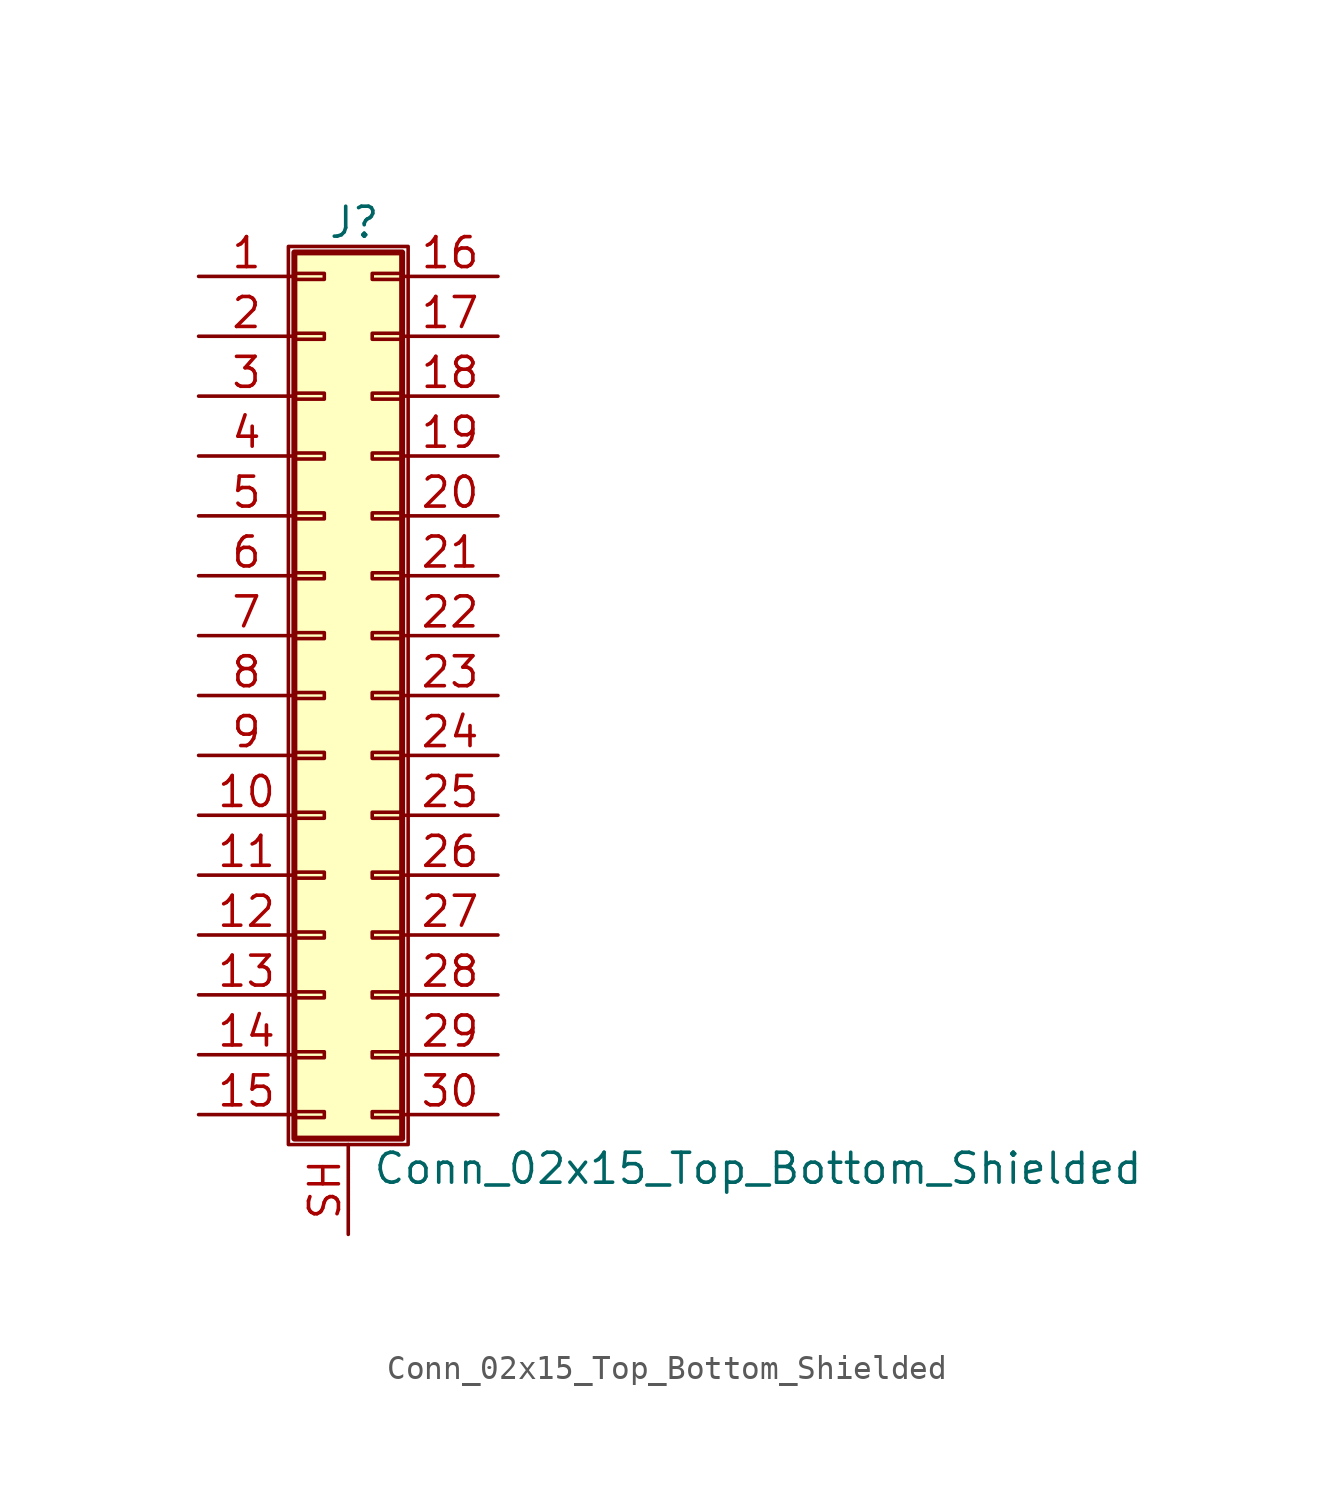
<source format=kicad_sym>
(kicad_symbol_lib
  (version 20211014)
  (generator kicad_symbol_editor)
  (symbol "Conn_02x15_Top_Bottom_Shielded"
    (pin_names
      (offset 1.016) hide)
    (property "Reference" "J"
      (at 1.524 20.066 0)
      (effects (font (size 1.27 1.27))))
    (property "Value" "Conn_02x15_Top_Bottom_Shielded"
      (at 2.286 -20.066 0)
      (effects (font (size 1.27 1.27)) (justify left)))
    (symbol "Conn_02x15_Top_Bottom_Shielded_1_1"
      (rectangle (start -1.27 19.05) (end 3.81 -19.05) (stroke (width 0.152) (type default) (color 0 0 0 0)) (fill (type none)))
      (rectangle (start -1.016 -17.653) (end 0.254 -17.907) (stroke (width 0.152) (type default) (color 0 0 0 0)) (fill (type none)))
      (rectangle (start -1.016 -15.113) (end 0.254 -15.367) (stroke (width 0.152) (type default) (color 0 0 0 0)) (fill (type none)))
      (rectangle (start -1.016 -12.573) (end 0.254 -12.827) (stroke (width 0.152) (type default) (color 0 0 0 0)) (fill (type none)))
      (rectangle (start -1.016 -10.033) (end 0.254 -10.287) (stroke (width 0.152) (type default) (color 0 0 0 0)) (fill (type none)))
      (rectangle (start -1.016 -7.493) (end 0.254 -7.747) (stroke (width 0.152) (type default) (color 0 0 0 0)) (fill (type none)))
      (rectangle (start -1.016 -4.953) (end 0.254 -5.207) (stroke (width 0.152) (type default) (color 0 0 0 0)) (fill (type none)))
      (rectangle (start -1.016 -2.413) (end 0.254 -2.667) (stroke (width 0.152) (type default) (color 0 0 0 0)) (fill (type none)))
      (rectangle (start -1.016 0.127) (end 0.254 -0.127) (stroke (width 0.152) (type default) (color 0 0 0 0)) (fill (type none)))
      (rectangle (start -1.016 2.667) (end 0.254 2.413) (stroke (width 0.152) (type default) (color 0 0 0 0)) (fill (type none)))
      (rectangle (start -1.016 5.207) (end 0.254 4.953) (stroke (width 0.152) (type default) (color 0 0 0 0)) (fill (type none)))
      (rectangle (start -1.016 7.747) (end 0.254 7.493) (stroke (width 0.152) (type default) (color 0 0 0 0)) (fill (type none)))
      (rectangle (start -1.016 10.287) (end 0.254 10.033) (stroke (width 0.152) (type default) (color 0 0 0 0)) (fill (type none)))
      (rectangle (start -1.016 12.827) (end 0.254 12.573) (stroke (width 0.152) (type default) (color 0 0 0 0)) (fill (type none)))
      (rectangle (start -1.016 15.367) (end 0.254 15.113) (stroke (width 0.152) (type default) (color 0 0 0 0)) (fill (type none)))
      (rectangle (start -1.016 17.907) (end 0.254 17.653) (stroke (width 0.152) (type default) (color 0 0 0 0)) (fill (type none)))
      (rectangle (start -1.016 18.796) (end 3.556 -18.796) (stroke (width 0.254) (type default) (color 0 0 0 0)) (fill (type background)))
      (rectangle (start 3.556 -17.653) (end 2.286 -17.907) (stroke (width 0.152) (type default) (color 0 0 0 0)) (fill (type none)))
      (rectangle (start 3.556 -15.113) (end 2.286 -15.367) (stroke (width 0.152) (type default) (color 0 0 0 0)) (fill (type none)))
      (rectangle (start 3.556 -12.573) (end 2.286 -12.827) (stroke (width 0.152) (type default) (color 0 0 0 0)) (fill (type none)))
      (rectangle (start 3.556 -10.033) (end 2.286 -10.287) (stroke (width 0.152) (type default) (color 0 0 0 0)) (fill (type none)))
      (rectangle (start 3.556 -7.493) (end 2.286 -7.747) (stroke (width 0.152) (type default) (color 0 0 0 0)) (fill (type none)))
      (rectangle (start 3.556 -4.953) (end 2.286 -5.207) (stroke (width 0.152) (type default) (color 0 0 0 0)) (fill (type none)))
      (rectangle (start 3.556 -2.413) (end 2.286 -2.667) (stroke (width 0.152) (type default) (color 0 0 0 0)) (fill (type none)))
      (rectangle (start 3.556 0.127) (end 2.286 -0.127) (stroke (width 0.152) (type default) (color 0 0 0 0)) (fill (type none)))
      (rectangle (start 3.556 2.667) (end 2.286 2.413) (stroke (width 0.152) (type default) (color 0 0 0 0)) (fill (type none)))
      (rectangle (start 3.556 5.207) (end 2.286 4.953) (stroke (width 0.152) (type default) (color 0 0 0 0)) (fill (type none)))
      (rectangle (start 3.556 7.747) (end 2.286 7.493) (stroke (width 0.152) (type default) (color 0 0 0 0)) (fill (type none)))
      (rectangle (start 3.556 10.287) (end 2.286 10.033) (stroke (width 0.152) (type default) (color 0 0 0 0)) (fill (type none)))
      (rectangle (start 3.556 12.827) (end 2.286 12.573) (stroke (width 0.152) (type default) (color 0 0 0 0)) (fill (type none)))
      (rectangle (start 3.556 15.367) (end 2.286 15.113) (stroke (width 0.152) (type default) (color 0 0 0 0)) (fill (type none)))
      (rectangle (start 3.556 17.907) (end 2.286 17.653) (stroke (width 0.152) (type default) (color 0 0 0 0)) (fill (type none)))
      (pin passive line (at -5.08 17.78 0) (length 4.064) (name "Pin_1" (effects (font (size 1.27 1.27)))) (number "1" (effects (font (size 1.27 1.27)))))
      (pin passive line (at -5.08 -5.08 0) (length 4.064) (name "Pin_10" (effects (font (size 1.27 1.27)))) (number "10" (effects (font (size 1.27 1.27)))))
      (pin passive line (at -5.08 -7.62 0) (length 4.064) (name "Pin_11" (effects (font (size 1.27 1.27)))) (number "11" (effects (font (size 1.27 1.27)))))
      (pin passive line (at -5.08 -10.16 0) (length 4.064) (name "Pin_12" (effects (font (size 1.27 1.27)))) (number "12" (effects (font (size 1.27 1.27)))))
      (pin passive line (at -5.08 -12.7 0) (length 4.064) (name "Pin_13" (effects (font (size 1.27 1.27)))) (number "13" (effects (font (size 1.27 1.27)))))
      (pin passive line (at -5.08 -15.24 0) (length 4.064) (name "Pin_14" (effects (font (size 1.27 1.27)))) (number "14" (effects (font (size 1.27 1.27)))))
      (pin passive line (at -5.08 -17.78 0) (length 4.064) (name "Pin_15" (effects (font (size 1.27 1.27)))) (number "15" (effects (font (size 1.27 1.27)))))
      (pin passive line (at 7.62 17.78 180) (length 4.064) (name "Pin_16" (effects (font (size 1.27 1.27)))) (number "16" (effects (font (size 1.27 1.27)))))
      (pin passive line (at 7.62 15.24 180) (length 4.064) (name "Pin_17" (effects (font (size 1.27 1.27)))) (number "17" (effects (font (size 1.27 1.27)))))
      (pin passive line (at 7.62 12.7 180) (length 4.064) (name "Pin_18" (effects (font (size 1.27 1.27)))) (number "18" (effects (font (size 1.27 1.27)))))
      (pin passive line (at 7.62 10.16 180) (length 4.064) (name "Pin_19" (effects (font (size 1.27 1.27)))) (number "19" (effects (font (size 1.27 1.27)))))
      (pin passive line (at -5.08 15.24 0) (length 4.064) (name "Pin_2" (effects (font (size 1.27 1.27)))) (number "2" (effects (font (size 1.27 1.27)))))
      (pin passive line (at 7.62 7.62 180) (length 4.064) (name "Pin_20" (effects (font (size 1.27 1.27)))) (number "20" (effects (font (size 1.27 1.27)))))
      (pin passive line (at 7.62 5.08 180) (length 4.064) (name "Pin_21" (effects (font (size 1.27 1.27)))) (number "21" (effects (font (size 1.27 1.27)))))
      (pin passive line (at 7.62 2.54 180) (length 4.064) (name "Pin_22" (effects (font (size 1.27 1.27)))) (number "22" (effects (font (size 1.27 1.27)))))
      (pin passive line (at 7.62 0 180) (length 4.064) (name "Pin_23" (effects (font (size 1.27 1.27)))) (number "23" (effects (font (size 1.27 1.27)))))
      (pin passive line (at 7.62 -2.54 180) (length 4.064) (name "Pin_24" (effects (font (size 1.27 1.27)))) (number "24" (effects (font (size 1.27 1.27)))))
      (pin passive line (at 7.62 -5.08 180) (length 4.064) (name "Pin_25" (effects (font (size 1.27 1.27)))) (number "25" (effects (font (size 1.27 1.27)))))
      (pin passive line (at 7.62 -7.62 180) (length 4.064) (name "Pin_26" (effects (font (size 1.27 1.27)))) (number "26" (effects (font (size 1.27 1.27)))))
      (pin passive line (at 7.62 -10.16 180) (length 4.064) (name "Pin_27" (effects (font (size 1.27 1.27)))) (number "27" (effects (font (size 1.27 1.27)))))
      (pin passive line (at 7.62 -12.7 180) (length 4.064) (name "Pin_28" (effects (font (size 1.27 1.27)))) (number "28" (effects (font (size 1.27 1.27)))))
      (pin passive line (at 7.62 -15.24 180) (length 4.064) (name "Pin_29" (effects (font (size 1.27 1.27)))) (number "29" (effects (font (size 1.27 1.27)))))
      (pin passive line (at -5.08 12.7 0) (length 4.064) (name "Pin_3" (effects (font (size 1.27 1.27)))) (number "3" (effects (font (size 1.27 1.27)))))
      (pin passive line (at 7.62 -17.78 180) (length 4.064) (name "Pin_30" (effects (font (size 1.27 1.27)))) (number "30" (effects (font (size 1.27 1.27)))))
      (pin passive line (at -5.08 10.16 0) (length 4.064) (name "Pin_4" (effects (font (size 1.27 1.27)))) (number "4" (effects (font (size 1.27 1.27)))))
      (pin passive line (at -5.08 7.62 0) (length 4.064) (name "Pin_5" (effects (font (size 1.27 1.27)))) (number "5" (effects (font (size 1.27 1.27)))))
      (pin passive line (at -5.08 5.08 0) (length 4.064) (name "Pin_6" (effects (font (size 1.27 1.27)))) (number "6" (effects (font (size 1.27 1.27)))))
      (pin passive line (at -5.08 2.54 0) (length 4.064) (name "Pin_7" (effects (font (size 1.27 1.27)))) (number "7" (effects (font (size 1.27 1.27)))))
      (pin passive line (at -5.08 0 0) (length 4.064) (name "Pin_8" (effects (font (size 1.27 1.27)))) (number "8" (effects (font (size 1.27 1.27)))))
      (pin passive line (at -5.08 -2.54 0) (length 4.064) (name "Pin_9" (effects (font (size 1.27 1.27)))) (number "9" (effects (font (size 1.27 1.27)))))
      (pin passive line (at 1.27 -22.86 90) (length 3.81) (name "Shield" (effects (font (size 1.27 1.27)))) (number "SH" (effects (font (size 1.27 1.27))))))))
</source>
